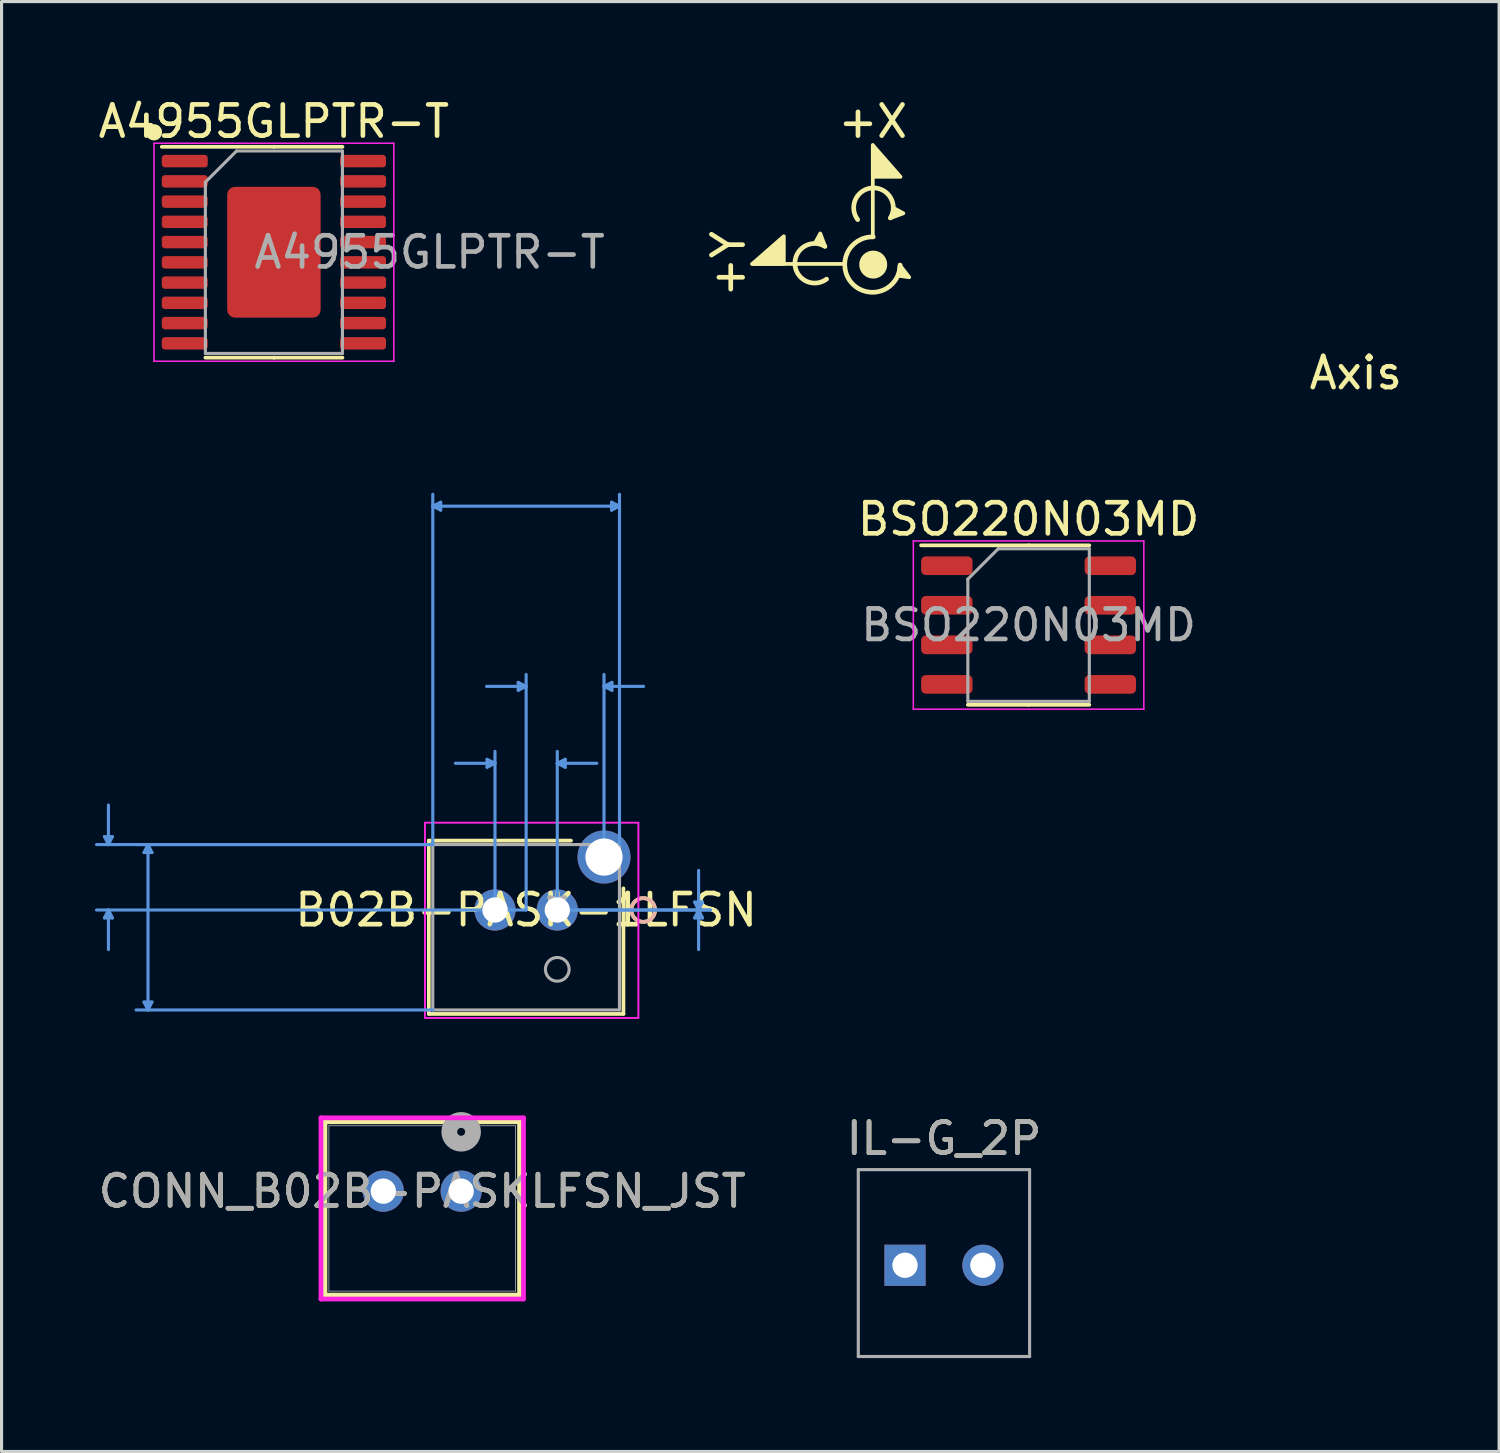
<source format=kicad_pcb>
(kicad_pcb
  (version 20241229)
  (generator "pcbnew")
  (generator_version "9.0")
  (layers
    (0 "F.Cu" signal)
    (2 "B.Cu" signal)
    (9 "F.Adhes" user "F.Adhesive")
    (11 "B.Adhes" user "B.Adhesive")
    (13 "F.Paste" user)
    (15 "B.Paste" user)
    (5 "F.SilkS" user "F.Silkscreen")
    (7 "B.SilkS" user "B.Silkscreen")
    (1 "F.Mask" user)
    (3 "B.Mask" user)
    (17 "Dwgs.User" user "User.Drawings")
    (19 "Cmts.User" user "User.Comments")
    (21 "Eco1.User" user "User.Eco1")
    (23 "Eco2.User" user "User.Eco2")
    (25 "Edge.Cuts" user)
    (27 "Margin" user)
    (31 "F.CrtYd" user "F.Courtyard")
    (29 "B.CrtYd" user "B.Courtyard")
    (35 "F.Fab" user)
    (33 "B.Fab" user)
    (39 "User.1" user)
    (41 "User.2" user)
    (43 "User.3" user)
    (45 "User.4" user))
  (footprint "B02B-PASK-1LFSN"
    (layer "F.Cu")
    (at 14.842 26.166)
    (property "Reference" "B02B-PASK-1LFSN" (at -1 0 0) (layer "F.SilkS") (effects (font (size 1 1) (thickness 0.15))))
    (attr through_hole)
    (fp_line (start -4.124 -2.227) (end -4.124 3.336) (stroke (width 0.12) (type solid)) (layer "F.SilkS"))
    (fp_line (start -4.124 3.336) (end 2.124 3.336) (stroke (width 0.12) (type solid)) (layer "F.SilkS"))
    (fp_line (start 0.44 -2.227) (end -4.124 -2.227) (stroke (width 0.12) (type solid)) (layer "F.SilkS"))
    (fp_line (start 2.124 3.336) (end 2.124 -0.694) (stroke (width 0.12) (type solid)) (layer "F.SilkS"))
    (fp_circle (center 2.759 0) (end 3.14 0) (stroke (width 0.12) (type solid)) (fill no) (layer "F.SilkS"))
    (fp_circle (center 2.759 0) (end 3.14 0) (stroke (width 0.12) (type solid)) (fill no) (layer "B.SilkS"))
    (fp_line (start -14.538 -2.354) (end -14.284 -2.354) (stroke (width 0.1) (type solid)) (layer "Cmts.User"))
    (fp_line (start -14.538 0.254) (end -14.284 0.254) (stroke (width 0.1) (type solid)) (layer "Cmts.User"))
    (fp_line (start -14.411 -2.1) (end -14.538 -2.354) (stroke (width 0.1) (type solid)) (layer "Cmts.User"))
    (fp_line (start -14.411 -2.1) (end -14.411 -3.37) (stroke (width 0.1) (type solid)) (layer "Cmts.User"))
    (fp_line (start -14.411 -2.1) (end -14.284 -2.354) (stroke (width 0.1) (type solid)) (layer "Cmts.User"))
    (fp_line (start -14.411 0) (end -14.538 0.254) (stroke (width 0.1) (type solid)) (layer "Cmts.User"))
    (fp_line (start -14.411 0) (end -14.411 1.27) (stroke (width 0.1) (type solid)) (layer "Cmts.User"))
    (fp_line (start -14.411 0) (end -14.284 0.254) (stroke (width 0.1) (type solid)) (layer "Cmts.User"))
    (fp_line (start -13.268 -1.846) (end -13.014 -1.846) (stroke (width 0.1) (type solid)) (layer "Cmts.User"))
    (fp_line (start -13.268 2.955) (end -13.014 2.955) (stroke (width 0.1) (type solid)) (layer "Cmts.User"))
    (fp_line (start -13.141 -2.1) (end -13.268 -1.846) (stroke (width 0.1) (type solid)) (layer "Cmts.User"))
    (fp_line (start -13.141 -2.1) (end -13.141 3.209) (stroke (width 0.1) (type solid)) (layer "Cmts.User"))
    (fp_line (start -13.141 -2.1) (end -13.014 -1.846) (stroke (width 0.1) (type solid)) (layer "Cmts.User"))
    (fp_line (start -13.141 3.209) (end -13.268 2.955) (stroke (width 0.1) (type solid)) (layer "Cmts.User"))
    (fp_line (start -13.141 3.209) (end -13.014 2.955) (stroke (width 0.1) (type solid)) (layer "Cmts.User"))
    (fp_line (start -3.997 -12.965) (end -3.743 -13.092) (stroke (width 0.1) (type solid)) (layer "Cmts.User"))
    (fp_line (start -3.997 -12.965) (end -3.743 -12.838) (stroke (width 0.1) (type solid)) (layer "Cmts.User"))
    (fp_line (start -3.997 -12.965) (end 1.997 -12.965) (stroke (width 0.1) (type solid)) (layer "Cmts.User"))
    (fp_line (start -3.997 -2.1) (end -14.792 -2.1) (stroke (width 0.1) (type solid)) (layer "Cmts.User"))
    (fp_line (start -3.997 -2.1) (end -13.522 -2.1) (stroke (width 0.1) (type solid)) (layer "Cmts.User"))
    (fp_line (start -3.997 -2.1) (end -3.997 -13.346) (stroke (width 0.1) (type solid)) (layer "Cmts.User"))
    (fp_line (start -3.997 3.209) (end -13.522 3.209) (stroke (width 0.1) (type solid)) (layer "Cmts.User"))
    (fp_line (start -3.743 -13.092) (end -3.743 -12.838) (stroke (width 0.1) (type solid)) (layer "Cmts.User"))
    (fp_line (start -2.254 -4.837) (end -2.254 -4.583) (stroke (width 0.1) (type solid)) (layer "Cmts.User"))
    (fp_line (start -2 -4.71) (end -3.27 -4.71) (stroke (width 0.1) (type solid)) (layer "Cmts.User"))
    (fp_line (start -2 -4.71) (end -2.254 -4.837) (stroke (width 0.1) (type solid)) (layer "Cmts.User"))
    (fp_line (start -2 -4.71) (end -2.254 -4.583) (stroke (width 0.1) (type solid)) (layer "Cmts.User"))
    (fp_line (start -2 0) (end -2 -5.091) (stroke (width 0.1) (type solid)) (layer "Cmts.User"))
    (fp_line (start -1.254 -7.307) (end -1.254 -7.053) (stroke (width 0.1) (type solid)) (layer "Cmts.User"))
    (fp_line (start -1 -7.18) (end -2.27 -7.18) (stroke (width 0.1) (type solid)) (layer "Cmts.User"))
    (fp_line (start -1 -7.18) (end -1.254 -7.307) (stroke (width 0.1) (type solid)) (layer "Cmts.User"))
    (fp_line (start -1 -7.18) (end -1.254 -7.053) (stroke (width 0.1) (type solid)) (layer "Cmts.User"))
    (fp_line (start -1 0) (end -14.792 0) (stroke (width 0.1) (type solid)) (layer "Cmts.User"))
    (fp_line (start -1 0) (end -1 -7.561) (stroke (width 0.1) (type solid)) (layer "Cmts.User"))
    (fp_line (start 0 -4.71) (end 0.254 -4.837) (stroke (width 0.1) (type solid)) (layer "Cmts.User"))
    (fp_line (start 0 -4.71) (end 0.254 -4.583) (stroke (width 0.1) (type solid)) (layer "Cmts.User"))
    (fp_line (start 0 -4.71) (end 1.27 -4.71) (stroke (width 0.1) (type solid)) (layer "Cmts.User"))
    (fp_line (start 0 0) (end 0 -5.091) (stroke (width 0.1) (type solid)) (layer "Cmts.User"))
    (fp_line (start 0 0) (end 4.918 0) (stroke (width 0.1) (type solid)) (layer "Cmts.User"))
    (fp_line (start 0 0) (end 4.918 0) (stroke (width 0.1) (type solid)) (layer "Cmts.User"))
    (fp_line (start 0.254 -4.837) (end 0.254 -4.583) (stroke (width 0.1) (type solid)) (layer "Cmts.User"))
    (fp_line (start 1.5 -7.18) (end 1.754 -7.307) (stroke (width 0.1) (type solid)) (layer "Cmts.User"))
    (fp_line (start 1.5 -7.18) (end 1.754 -7.053) (stroke (width 0.1) (type solid)) (layer "Cmts.User"))
    (fp_line (start 1.5 -7.18) (end 2.77 -7.18) (stroke (width 0.1) (type solid)) (layer "Cmts.User"))
    (fp_line (start 1.5 -1.7) (end 1.5 -7.561) (stroke (width 0.1) (type solid)) (layer "Cmts.User"))
    (fp_line (start 1.743 -13.092) (end 1.743 -12.838) (stroke (width 0.1) (type solid)) (layer "Cmts.User"))
    (fp_line (start 1.754 -7.307) (end 1.754 -7.053) (stroke (width 0.1) (type solid)) (layer "Cmts.User"))
    (fp_line (start 1.997 -12.965) (end 1.743 -13.092) (stroke (width 0.1) (type solid)) (layer "Cmts.User"))
    (fp_line (start 1.997 -12.965) (end 1.743 -12.838) (stroke (width 0.1) (type solid)) (layer "Cmts.User"))
    (fp_line (start 1.997 -2.1) (end 1.997 -13.346) (stroke (width 0.1) (type solid)) (layer "Cmts.User"))
    (fp_line (start 4.41 -0.254) (end 4.664 -0.254) (stroke (width 0.1) (type solid)) (layer "Cmts.User"))
    (fp_line (start 4.41 0.254) (end 4.664 0.254) (stroke (width 0.1) (type solid)) (layer "Cmts.User"))
    (fp_line (start 4.537 0) (end 4.41 -0.254) (stroke (width 0.1) (type solid)) (layer "Cmts.User"))
    (fp_line (start 4.537 0) (end 4.41 0.254) (stroke (width 0.1) (type solid)) (layer "Cmts.User"))
    (fp_line (start 4.537 0) (end 4.537 -1.27) (stroke (width 0.1) (type solid)) (layer "Cmts.User"))
    (fp_line (start 4.537 0) (end 4.537 1.27) (stroke (width 0.1) (type solid)) (layer "Cmts.User"))
    (fp_line (start 4.537 0) (end 4.664 -0.254) (stroke (width 0.1) (type solid)) (layer "Cmts.User"))
    (fp_line (start 4.537 0) (end 4.664 0.254) (stroke (width 0.1) (type solid)) (layer "Cmts.User"))
    (fp_line (start -4.251 -2.805) (end -4.251 3.463) (stroke (width 0.05) (type solid)) (layer "F.CrtYd"))
    (fp_line (start -4.251 -2.805) (end -4.251 3.463) (stroke (width 0.05) (type solid)) (layer "F.CrtYd"))
    (fp_line (start -4.251 3.463) (end 2.605 3.463) (stroke (width 0.05) (type solid)) (layer "F.CrtYd"))
    (fp_line (start -4.251 3.463) (end 2.605 3.463) (stroke (width 0.05) (type solid)) (layer "F.CrtYd"))
    (fp_line (start 2.605 -2.805) (end -4.251 -2.805) (stroke (width 0.05) (type solid)) (layer "F.CrtYd"))
    (fp_line (start 2.605 -2.805) (end -4.251 -2.805) (stroke (width 0.05) (type solid)) (layer "F.CrtYd"))
    (fp_line (start 2.605 3.463) (end 2.605 -2.805) (stroke (width 0.05) (type solid)) (layer "F.CrtYd"))
    (fp_line (start 2.605 3.463) (end 2.605 -2.805) (stroke (width 0.05) (type solid)) (layer "F.CrtYd"))
    (fp_line (start -3.997 -2.1) (end -3.997 3.209) (stroke (width 0.1) (type solid)) (layer "F.Fab"))
    (fp_line (start -3.997 3.209) (end 1.997 3.209) (stroke (width 0.1) (type solid)) (layer "F.Fab"))
    (fp_line (start 1.997 -2.1) (end -3.997 -2.1) (stroke (width 0.1) (type solid)) (layer "F.Fab"))
    (fp_line (start 1.997 3.209) (end 1.997 -2.1) (stroke (width 0.1) (type solid)) (layer "F.Fab"))
    (fp_circle (center 0 1.905) (end 0.381 1.905) (stroke (width 0.1) (type solid)) (fill no) (layer "F.Fab"))
    (fp_text user "*" (at 0 0 0) (layer "F.SilkS") (effects (font (size 1 1) (thickness 0.15))))
    (fp_text user "Copyright 2021 Accelerated Designs. All rights reserved." (at 0 0 0) (layer "Cmts.User") (effects (font (size 0.127 0.127) (thickness 0.002))))
    (fp_text user "*" (at 0 0 0) (layer "F.Fab") (effects (font (size 1 1) (thickness 0.15))))
    (pad "1" thru_hole circle (at 0.000001 0) (size 1.321 1.321) (drill 0.813) (layers "*.Cu" "*.Mask"))
    (pad "2" thru_hole circle (at -2 0) (size 1.321 1.321) (drill 0.813) (layers "*.Cu" "*.Mask"))
    (pad "3" thru_hole circle (at 1.5 -1.7) (size 1.702 1.702) (drill 1.194) (layers "*.Cu" "*.Mask")))
  (footprint "Axis"
    (layer "F.Cu")
    (at 24.985 5.445)
    (property "Reference" "Axis" (at 15.494 3.477 0) (unlocked yes) (layer "F.SilkS") (effects (font (size 1 1) (thickness 0.15))))
    (attr smd)
    (fp_line (start -0.952 -0.021) (end -3.886 -0.021) (stroke (width 0.12) (type solid)) (layer "F.SilkS"))
    (fp_line (start -0.013 -0.9) (end -0.013 -3.834) (stroke (width 0.12) (type solid)) (layer "F.SilkS"))
    (fp_arc (start -1.497643 0.465886) (mid -2.5128 -0.0094) (end -1.551938 -0.586622) (stroke (width 0.15) (type solid)) (layer "F.SilkS"))
    (fp_arc (start -0.499186 -1.445705) (mid -0.0239 -2.460862) (end 0.553322 -1.5) (stroke (width 0.15) (type solid)) (layer "F.SilkS"))
    (fp_arc (start 0.86383 0.015332) (mid -0.66851 0.614308) (end 0 -0.888999) (stroke (width 0.15) (type solid)) (layer "F.SilkS"))
    (fp_circle (center 0 0) (end 0.389 0) (stroke (width 0.12) (type solid)) (fill yes) (layer "F.SilkS"))
    (fp_poly (pts (xy -2.87 -0.91) (xy -2.87 -0.021) (xy -3.886 -0.021)) (stroke (width 0.12) (type solid)) (fill yes) (layer "F.SilkS"))
    (fp_poly (pts (xy -1.539 -0.574) (xy -1.852 -0.721) (xy -1.7 -1)) (stroke (width 0.12) (type solid)) (fill yes) (layer "F.SilkS"))
    (fp_poly (pts (xy 0.541 -1.487) (xy 0.687 -1.8) (xy 0.967 -1.648)) (stroke (width 0.12) (type solid)) (fill yes) (layer "F.SilkS"))
    (fp_poly (pts (xy 0.8 0.356) (xy 1.156 0.406) (xy 0.851 0.015)) (stroke (width 0.12) (type solid)) (fill yes) (layer "F.SilkS"))
    (fp_poly (pts (xy 0.876 -2.818) (xy -0.013 -2.818) (xy -0.013 -3.834)) (stroke (width 0.12) (type solid)) (fill yes) (layer "F.SilkS"))
    (fp_text user "+Y" (at -4.648 -0.021 90) (unlocked yes) (layer "F.SilkS") (effects (font (size 1 1) (thickness 0.15))))
    (fp_text user "+X" (at -0.013 -4.596 0) (unlocked yes) (layer "F.SilkS") (effects (font (size 1 1) (thickness 0.15)))))
  (footprint "BSO220N03MD"
    (layer "F.Cu")
    (at 29.973 17.018)
    (property "Reference" "BSO220N03MD" (at 0 -3.4 0) (layer "F.SilkS") (effects (font (size 1 1) (thickness 0.15))))
    (attr smd)
    (fp_line (start 0 -2.56) (end -3.45 -2.56) (stroke (width 0.12) (type solid)) (layer "F.SilkS"))
    (fp_line (start 0 -2.56) (end 1.95 -2.56) (stroke (width 0.12) (type solid)) (layer "F.SilkS"))
    (fp_line (start 0 2.56) (end -1.95 2.56) (stroke (width 0.12) (type solid)) (layer "F.SilkS"))
    (fp_line (start 0 2.56) (end 1.95 2.56) (stroke (width 0.12) (type solid)) (layer "F.SilkS"))
    (fp_line (start -3.7 -2.7) (end -3.7 2.7) (stroke (width 0.05) (type solid)) (layer "F.CrtYd"))
    (fp_line (start -3.7 2.7) (end 3.7 2.7) (stroke (width 0.05) (type solid)) (layer "F.CrtYd"))
    (fp_line (start 3.7 -2.7) (end -3.7 -2.7) (stroke (width 0.05) (type solid)) (layer "F.CrtYd"))
    (fp_line (start 3.7 2.7) (end 3.7 -2.7) (stroke (width 0.05) (type solid)) (layer "F.CrtYd"))
    (fp_line (start -1.95 -1.475) (end -0.975 -2.45) (stroke (width 0.1) (type solid)) (layer "F.Fab"))
    (fp_line (start -1.95 2.45) (end -1.95 -1.475) (stroke (width 0.1) (type solid)) (layer "F.Fab"))
    (fp_line (start -0.975 -2.45) (end 1.95 -2.45) (stroke (width 0.1) (type solid)) (layer "F.Fab"))
    (fp_line (start 1.95 -2.45) (end 1.95 2.45) (stroke (width 0.1) (type solid)) (layer "F.Fab"))
    (fp_line (start 1.95 2.45) (end -1.95 2.45) (stroke (width 0.1) (type solid)) (layer "F.Fab"))
    (fp_text user "${REFERENCE}" (at 0 0 0) (layer "F.Fab") (effects (font (size 0.98 0.98) (thickness 0.15))))
    (pad "1" smd roundrect (at -2.625 -1.905) (size 1.65 0.6) (layers "F.Cu" "F.Mask" "F.Paste") (roundrect_rratio 0.25))
    (pad "2" smd roundrect (at -2.625 -0.635) (size 1.65 0.6) (layers "F.Cu" "F.Mask" "F.Paste") (roundrect_rratio 0.25))
    (pad "3" smd roundrect (at -2.625 0.635) (size 1.65 0.6) (layers "F.Cu" "F.Mask" "F.Paste") (roundrect_rratio 0.25))
    (pad "4" smd roundrect (at -2.625 1.905) (size 1.65 0.6) (layers "F.Cu" "F.Mask" "F.Paste") (roundrect_rratio 0.25))
    (pad "5" smd roundrect (at 2.625 1.905) (size 1.65 0.6) (layers "F.Cu" "F.Mask" "F.Paste") (roundrect_rratio 0.25))
    (pad "6" smd roundrect (at 2.625 0.635) (size 1.65 0.6) (layers "F.Cu" "F.Mask" "F.Paste") (roundrect_rratio 0.25))
    (pad "7" smd roundrect (at 2.625 -0.635) (size 1.65 0.6) (layers "F.Cu" "F.Mask" "F.Paste") (roundrect_rratio 0.25))
    (pad "8" smd roundrect (at 2.625 -1.905) (size 1.65 0.6) (layers "F.Cu" "F.Mask" "F.Paste") (roundrect_rratio 0.25)))
  (footprint "A4955GLPTR-T"
    (layer "F.Cu")
    (at 5.744 5.048)
    (property "Reference" "A4955GLPTR-T" (at 0 -4.2 0) (layer "F.SilkS") (effects (font (size 1 1) (thickness 0.15))))
    (attr smd)
    (fp_line (start 0 -3.385) (end -3.6 -3.385) (stroke (width 0.12) (type solid)) (layer "F.SilkS"))
    (fp_line (start 0 -3.385) (end 2.2 -3.385) (stroke (width 0.12) (type solid)) (layer "F.SilkS"))
    (fp_line (start 0 3.385) (end -2.2 3.385) (stroke (width 0.12) (type solid)) (layer "F.SilkS"))
    (fp_line (start 0 3.385) (end 2.2 3.385) (stroke (width 0.12) (type solid)) (layer "F.SilkS"))
    (fp_circle (center -3.85 -3.85) (end -3.65 -3.85) (stroke (width 0.12) (type solid)) (fill yes) (layer "F.SilkS"))
    (fp_line (start -3.85 -3.5) (end -3.85 3.5) (stroke (width 0.05) (type solid)) (layer "F.CrtYd"))
    (fp_line (start -3.85 3.5) (end 3.85 3.5) (stroke (width 0.05) (type solid)) (layer "F.CrtYd"))
    (fp_line (start 3.85 -3.5) (end -3.85 -3.5) (stroke (width 0.05) (type solid)) (layer "F.CrtYd"))
    (fp_line (start 3.85 3.5) (end 3.85 -3.5) (stroke (width 0.05) (type solid)) (layer "F.CrtYd"))
    (fp_line (start -2.2 -2.25) (end -1.2 -3.25) (stroke (width 0.1) (type solid)) (layer "F.Fab"))
    (fp_line (start -2.2 3.25) (end -2.2 -2.25) (stroke (width 0.1) (type solid)) (layer "F.Fab"))
    (fp_line (start -1.2 -3.25) (end 2.2 -3.25) (stroke (width 0.1) (type solid)) (layer "F.Fab"))
    (fp_line (start 2.2 -3.25) (end 2.2 3.25) (stroke (width 0.1) (type solid)) (layer "F.Fab"))
    (fp_line (start 2.2 3.25) (end -2.2 3.25) (stroke (width 0.1) (type solid)) (layer "F.Fab"))
    (fp_text user "${REFERENCE}" (at 5 0 0) (layer "F.Fab") (effects (font (size 1 1) (thickness 0.15))))
    (pad "1" smd roundrect (at -2.862 -2.925) (size 1.475 0.4) (layers "F.Cu" "F.Mask" "F.Paste") (roundrect_rratio 0.25))
    (pad "2" smd roundrect (at -2.862 -2.275) (size 1.475 0.4) (layers "F.Cu" "F.Mask" "F.Paste") (roundrect_rratio 0.25))
    (pad "3" smd roundrect (at -2.862 -1.625) (size 1.475 0.4) (layers "F.Cu" "F.Mask" "F.Paste") (roundrect_rratio 0.25))
    (pad "4" smd roundrect (at -2.862 -0.975) (size 1.475 0.4) (layers "F.Cu" "F.Mask" "F.Paste") (roundrect_rratio 0.25))
    (pad "5" smd roundrect (at -2.862 -0.325) (size 1.475 0.4) (layers "F.Cu" "F.Mask" "F.Paste") (roundrect_rratio 0.25))
    (pad "6" smd roundrect (at -2.862 0.325) (size 1.475 0.4) (layers "F.Cu" "F.Mask" "F.Paste") (roundrect_rratio 0.25))
    (pad "7" smd roundrect (at -2.862 0.975) (size 1.475 0.4) (layers "F.Cu" "F.Mask" "F.Paste") (roundrect_rratio 0.25))
    (pad "8" smd roundrect (at -2.862 1.625) (size 1.475 0.4) (layers "F.Cu" "F.Mask" "F.Paste") (roundrect_rratio 0.25))
    (pad "9" smd roundrect (at -2.862 2.275) (size 1.475 0.4) (layers "F.Cu" "F.Mask" "F.Paste") (roundrect_rratio 0.25))
    (pad "10" smd roundrect (at -2.862 2.925) (size 1.475 0.4) (layers "F.Cu" "F.Mask" "F.Paste") (roundrect_rratio 0.25))
    (pad "11" smd roundrect (at 2.862 2.925) (size 1.475 0.4) (layers "F.Cu" "F.Mask" "F.Paste") (roundrect_rratio 0.25))
    (pad "12" smd roundrect (at 2.862 2.275) (size 1.475 0.4) (layers "F.Cu" "F.Mask" "F.Paste") (roundrect_rratio 0.25))
    (pad "13" smd roundrect (at 2.862 1.625) (size 1.475 0.4) (layers "F.Cu" "F.Mask" "F.Paste") (roundrect_rratio 0.25))
    (pad "14" smd roundrect (at 2.862 0.975) (size 1.475 0.4) (layers "F.Cu" "F.Mask" "F.Paste") (roundrect_rratio 0.25))
    (pad "15" smd roundrect (at 2.862 0.325) (size 1.475 0.4) (layers "F.Cu" "F.Mask" "F.Paste") (roundrect_rratio 0.25))
    (pad "16" smd roundrect (at 2.862 -0.325) (size 1.475 0.4) (layers "F.Cu" "F.Mask" "F.Paste") (roundrect_rratio 0.25))
    (pad "17" smd roundrect (at 2.862 -0.975) (size 1.475 0.4) (layers "F.Cu" "F.Mask" "F.Paste") (roundrect_rratio 0.25))
    (pad "18" smd roundrect (at 2.862 -1.625) (size 1.475 0.4) (layers "F.Cu" "F.Mask" "F.Paste") (roundrect_rratio 0.25))
    (pad "19" smd roundrect (at 2.862 -2.275) (size 1.475 0.4) (layers "F.Cu" "F.Mask" "F.Paste") (roundrect_rratio 0.25))
    (pad "20" smd roundrect (at 2.862 -2.925) (size 1.475 0.4) (layers "F.Cu" "F.Mask" "F.Paste") (roundrect_rratio 0.25))
    (pad "21" smd roundrect (at 0 0) (size 3 4.2) (layers "F.Cu" "F.Mask" "F.Paste") (roundrect_rratio 0.083)))
  (footprint "IL-G_2P"
    (layer "F.Cu")
    (at 27.256 37.502)
    (property "Reference" "IL-G_2P" (at 0 -4 0) (unlocked yes) (layer "F.SilkS") (effects (font (size 1 1) (thickness 0.15))))
    (attr through_hole)
    (fp_line (start -2.75 -3) (end 2.75 -3) (stroke (width 0.1) (type solid)) (layer "F.Fab"))
    (fp_line (start -2.75 3) (end -2.75 -3) (stroke (width 0.1) (type solid)) (layer "F.Fab"))
    (fp_line (start 2.75 -3) (end 2.75 3) (stroke (width 0.1) (type solid)) (layer "F.Fab"))
    (fp_line (start 2.75 3) (end -2.75 3) (stroke (width 0.1) (type solid)) (layer "F.Fab"))
    (fp_text user "${REFERENCE}" (at 0 -4 0) (unlocked yes) (layer "F.Fab") (effects (font (size 1 1) (thickness 0.15))))
    (pad "1" thru_hole rect (at -1.25 0.07) (size 1.321 1.321) (drill 0.813) (layers "*.Cu" "*.Mask"))
    (pad "2" thru_hole circle (at 1.25 0.07) (size 1.321 1.321) (drill 0.813) (layers "*.Cu" "*.Mask")))
  (footprint "CONN_B02B-PASKLFSN_JST"
    (layer "F.Cu")
    (at 11.756 35.193)
    (property "Reference" "CONN_B02B-PASKLFSN_JST" (at -1.25 0 0) (unlocked yes) (layer "F.SilkS") (effects (font (size 1 1) (thickness 0.15))))
    (attr through_hole)
    (fp_line (start -4.374 -2.227) (end -4.374 3.336) (stroke (width 0.152) (type solid)) (layer "F.SilkS"))
    (fp_line (start -4.374 3.336) (end 1.874 3.336) (stroke (width 0.152) (type solid)) (layer "F.SilkS"))
    (fp_line (start 1.874 -2.227) (end -4.374 -2.227) (stroke (width 0.152) (type solid)) (layer "F.SilkS"))
    (fp_line (start 1.874 3.336) (end 1.874 -2.227) (stroke (width 0.152) (type solid)) (layer "F.SilkS"))
    (fp_line (start -4.501 -2.354) (end -4.501 3.463) (stroke (width 0.152) (type solid)) (layer "F.CrtYd"))
    (fp_line (start -4.501 3.463) (end 2.001 3.463) (stroke (width 0.152) (type solid)) (layer "F.CrtYd"))
    (fp_line (start 2.001 -2.354) (end -4.501 -2.354) (stroke (width 0.152) (type solid)) (layer "F.CrtYd"))
    (fp_line (start 2.001 3.463) (end 2.001 -2.354) (stroke (width 0.152) (type solid)) (layer "F.CrtYd"))
    (fp_line (start -4.247 -2.1) (end -4.247 3.209) (stroke (width 0.025) (type solid)) (layer "F.Fab"))
    (fp_line (start -4.247 3.209) (end 1.747 3.209) (stroke (width 0.025) (type solid)) (layer "F.Fab"))
    (fp_line (start 1.747 -2.1) (end -4.247 -2.1) (stroke (width 0.025) (type solid)) (layer "F.Fab"))
    (fp_line (start 1.747 3.209) (end 1.747 -2.1) (stroke (width 0.025) (type solid)) (layer "F.Fab"))
    (fp_circle (center 0 -1.905) (end 0.381 -1.905) (stroke (width 0.508) (type solid)) (fill no) (layer "F.Fab"))
    (fp_text user "${REFERENCE}" (at -1.25 0 0) (unlocked yes) (layer "F.Fab") (effects (font (size 1 1) (thickness 0.15))))
    (pad "1" thru_hole circle (at 0 0) (size 1.321 1.321) (drill 0.813) (layers "*.Cu" "*.Mask"))
    (pad "2" thru_hole circle (at -2.5 0) (size 1.321 1.321) (drill 0.813) (layers "*.Cu" "*.Mask")))
  (gr_rect
    (start -3 -3)
    (end 45.08 43.552)
    (stroke (width 0.1) (type default))
    (fill no)
    (layer "Edge.Cuts")))
</source>
